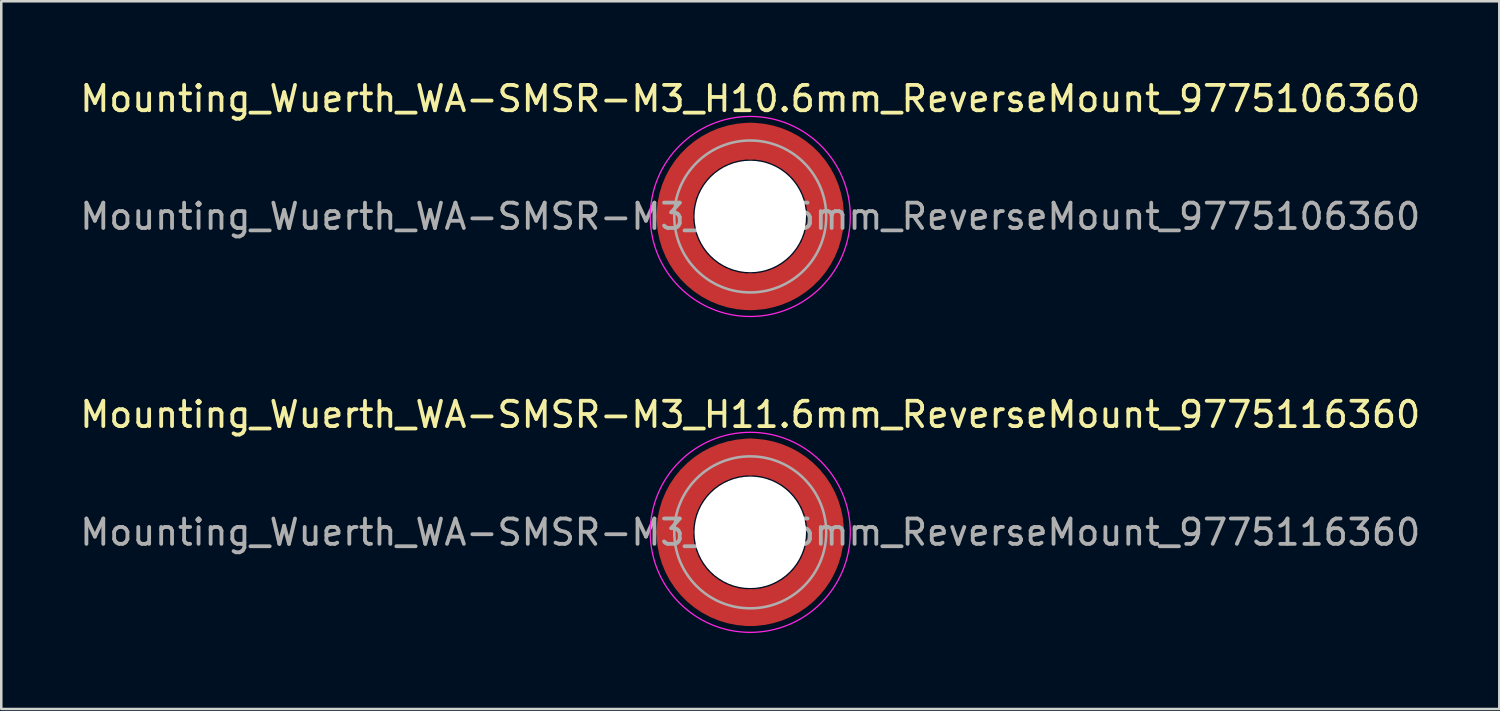
<source format=kicad_pcb>
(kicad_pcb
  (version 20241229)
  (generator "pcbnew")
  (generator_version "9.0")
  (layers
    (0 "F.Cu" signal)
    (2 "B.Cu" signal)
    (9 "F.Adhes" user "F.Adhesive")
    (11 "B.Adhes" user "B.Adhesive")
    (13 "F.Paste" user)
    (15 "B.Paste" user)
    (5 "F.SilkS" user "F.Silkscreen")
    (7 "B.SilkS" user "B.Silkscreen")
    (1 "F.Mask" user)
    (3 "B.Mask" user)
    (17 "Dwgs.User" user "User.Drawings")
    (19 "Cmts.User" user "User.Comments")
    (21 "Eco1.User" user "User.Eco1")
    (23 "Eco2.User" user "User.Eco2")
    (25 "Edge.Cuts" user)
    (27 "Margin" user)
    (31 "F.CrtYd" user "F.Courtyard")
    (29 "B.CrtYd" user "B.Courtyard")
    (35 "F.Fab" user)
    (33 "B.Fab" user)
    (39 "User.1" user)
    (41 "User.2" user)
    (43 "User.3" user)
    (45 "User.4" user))
  (footprint "Mounting_Wuerth_WA-SMSR-M3_H11.6mm_ReverseMount_9775116360"
    (layer "F.Cu")
    (at 26.577 17.971)
    (property "Reference" "Mounting_Wuerth_WA-SMSR-M3_H11.6mm_ReverseMount_9775116360" (at 0 -4.65 0) (layer "F.SilkS") (effects (font (size 1 1) (thickness 0.15))))
    (attr smd)
    (fp_circle (center 0 0) (end 3.95 0) (stroke (width 0.05) (type solid)) (fill no) (layer "F.CrtYd"))
    (fp_circle (center 0 0) (end 3 0) (stroke (width 0.1) (type solid)) (fill no) (layer "F.Fab"))
    (fp_text user "${REFERENCE}" (at 0 0 0) (layer "F.Fab") (effects (font (size 1 1) (thickness 0.15))))
    (pad "" smd custom (at -2.095 -2.095) (size 0.672 0.672) (layers "F.Paste") (options (anchor circle)) (primitives (gr_arc (start -0.24231 1.594804) (mid 0.404819 0.404819) (end 1.594804 -0.24231) (width 0.2)) (gr_arc (start -0.3398 1.594804) (mid 0.337349 0.337349) (end 1.594804 -0.3398) (width 0.2)) (gr_arc (start -0.437132 1.594804) (mid 0.269879 0.269879) (end 1.594804 -0.437132) (width 0.2)) (gr_arc (start -0.534324 1.594804) (mid 0.202409 0.202409) (end 1.594804 -0.534324) (width 0.2)) (gr_arc (start -0.631391 1.594804) (mid 0.134939 0.134939) (end 1.594804 -0.631391) (width 0.2)) (gr_arc (start -0.728345 1.594804) (mid 0.06747 0.06747) (end 1.594804 -0.728345) (width 0.2)) (gr_arc (start -0.825197 1.594804) (mid 0 0) (end 1.594804 -0.825197) (width 0.2)) (gr_arc (start -0.921958 1.594804) (mid -0.067469 -0.067469) (end 1.594804 -0.921958) (width 0.2)) (gr_arc (start -1.018637 1.594804) (mid -0.13494 -0.13494) (end 1.594804 -1.018637) (width 0.2)) (gr_arc (start -1.115239 1.594804) (mid -0.202409 -0.202409) (end 1.594804 -1.115239) (width 0.2)) (gr_arc (start -1.211773 1.594804) (mid -0.269879 -0.269879) (end 1.594804 -1.211773) (width 0.2)) (gr_arc (start -1.308244 1.594804) (mid -0.337349 -0.337349) (end 1.594804 -1.308244) (width 0.2)) (gr_arc (start -1.404657 1.594804) (mid -0.404819 -0.404819) (end 1.594804 -1.404657) (width 0.2)) (gr_arc (start -1.404657 1.594804) (mid -0.404819 -0.404819) (end 1.594804 -1.404657) (width 0.2)) (gr_line (start 1.595 -0.242) (end 1.595 -1.405) (width 0.2)) (gr_line (start -0.242 1.595) (end -1.405 1.595) (width 0.2))))
    (pad "" smd custom (at -2.095 2.095) (size 0.672 0.672) (layers "F.Paste") (options (anchor circle)) (primitives (gr_arc (start 1.594804 0.24231) (mid 0.404819 -0.404819) (end -0.24231 -1.594804) (width 0.2)) (gr_arc (start 1.594804 0.3398) (mid 0.337349 -0.337349) (end -0.3398 -1.594804) (width 0.2)) (gr_arc (start 1.594804 0.437132) (mid 0.269879 -0.269879) (end -0.437132 -1.594804) (width 0.2)) (gr_arc (start 1.594804 0.534324) (mid 0.202409 -0.202409) (end -0.534324 -1.594804) (width 0.2)) (gr_arc (start 1.594804 0.631391) (mid 0.134939 -0.134939) (end -0.631391 -1.594804) (width 0.2)) (gr_arc (start 1.594804 0.728345) (mid 0.06747 -0.06747) (end -0.728345 -1.594804) (width 0.2)) (gr_arc (start 1.594804 0.825197) (mid 0 0) (end -0.825197 -1.594804) (width 0.2)) (gr_arc (start 1.594804 0.921958) (mid -0.067469 0.067469) (end -0.921958 -1.594804) (width 0.2)) (gr_arc (start 1.594804 1.018637) (mid -0.13494 0.13494) (end -1.018637 -1.594804) (width 0.2)) (gr_arc (start 1.594804 1.115239) (mid -0.202409 0.202409) (end -1.115239 -1.594804) (width 0.2)) (gr_arc (start 1.594804 1.211773) (mid -0.269879 0.269879) (end -1.211773 -1.594804) (width 0.2)) (gr_arc (start 1.594804 1.308244) (mid -0.337349 0.337349) (end -1.308244 -1.594804) (width 0.2)) (gr_arc (start 1.594804 1.404657) (mid -0.404819 0.404819) (end -1.404657 -1.594804) (width 0.2)) (gr_arc (start 1.594804 1.404657) (mid -0.404819 0.404819) (end -1.404657 -1.594804) (width 0.2)) (gr_line (start -0.242 -1.595) (end -1.405 -1.595) (width 0.2)) (gr_line (start 1.595 0.242) (end 1.595 1.405) (width 0.2))))
    (pad "" np_thru_hole circle (at 0 0) (size 4.4 4.4) (drill 4.4) (layers "*.Cu" "*.Mask"))
    (pad "" smd custom (at 2.095 -2.095) (size 0.672 0.672) (layers "F.Paste") (options (anchor circle)) (primitives (gr_arc (start -1.594804 -0.24231) (mid -0.404819 0.404819) (end 0.24231 1.594804) (width 0.2)) (gr_arc (start -1.594804 -0.3398) (mid -0.337349 0.337349) (end 0.3398 1.594804) (width 0.2)) (gr_arc (start -1.594804 -0.437132) (mid -0.269879 0.269879) (end 0.437132 1.594804) (width 0.2)) (gr_arc (start -1.594804 -0.534324) (mid -0.202409 0.202409) (end 0.534324 1.594804) (width 0.2)) (gr_arc (start -1.594804 -0.631391) (mid -0.134939 0.134939) (end 0.631391 1.594804) (width 0.2)) (gr_arc (start -1.594804 -0.728345) (mid -0.06747 0.06747) (end 0.728345 1.594804) (width 0.2)) (gr_arc (start -1.594804 -0.825197) (mid 0 0) (end 0.825197 1.594804) (width 0.2)) (gr_arc (start -1.594804 -0.921958) (mid 0.067469 -0.067469) (end 0.921958 1.594804) (width 0.2)) (gr_arc (start -1.594804 -1.018637) (mid 0.13494 -0.13494) (end 1.018637 1.594804) (width 0.2)) (gr_arc (start -1.594804 -1.115239) (mid 0.202409 -0.202409) (end 1.115239 1.594804) (width 0.2)) (gr_arc (start -1.594804 -1.211773) (mid 0.269879 -0.269879) (end 1.211773 1.594804) (width 0.2)) (gr_arc (start -1.594804 -1.308244) (mid 0.337349 -0.337349) (end 1.308244 1.594804) (width 0.2)) (gr_arc (start -1.594804 -1.404657) (mid 0.404819 -0.404819) (end 1.404657 1.594804) (width 0.2)) (gr_arc (start -1.594804 -1.404657) (mid 0.404819 -0.404819) (end 1.404657 1.594804) (width 0.2)) (gr_line (start 0.242 1.595) (end 1.405 1.595) (width 0.2)) (gr_line (start -1.595 -0.242) (end -1.595 -1.405) (width 0.2))))
    (pad "" smd custom (at 2.095 2.095) (size 0.672 0.672) (layers "F.Paste") (options (anchor circle)) (primitives (gr_arc (start 0.24231 -1.594804) (mid -0.404819 -0.404819) (end -1.594804 0.24231) (width 0.2)) (gr_arc (start 0.3398 -1.594804) (mid -0.337349 -0.337349) (end -1.594804 0.3398) (width 0.2)) (gr_arc (start 0.437132 -1.594804) (mid -0.269879 -0.269879) (end -1.594804 0.437132) (width 0.2)) (gr_arc (start 0.534324 -1.594804) (mid -0.202409 -0.202409) (end -1.594804 0.534324) (width 0.2)) (gr_arc (start 0.631391 -1.594804) (mid -0.134939 -0.134939) (end -1.594804 0.631391) (width 0.2)) (gr_arc (start 0.728345 -1.594804) (mid -0.06747 -0.06747) (end -1.594804 0.728345) (width 0.2)) (gr_arc (start 0.825197 -1.594804) (mid 0 0) (end -1.594804 0.825197) (width 0.2)) (gr_arc (start 0.921958 -1.594804) (mid 0.067469 0.067469) (end -1.594804 0.921958) (width 0.2)) (gr_arc (start 1.018637 -1.594804) (mid 0.13494 0.13494) (end -1.594804 1.018637) (width 0.2)) (gr_arc (start 1.115239 -1.594804) (mid 0.202409 0.202409) (end -1.594804 1.115239) (width 0.2)) (gr_arc (start 1.211773 -1.594804) (mid 0.269879 0.269879) (end -1.594804 1.211773) (width 0.2)) (gr_arc (start 1.308244 -1.594804) (mid 0.337349 0.337349) (end -1.594804 1.308244) (width 0.2)) (gr_arc (start 1.404657 -1.594804) (mid 0.404819 0.404819) (end -1.594804 1.404657) (width 0.2)) (gr_arc (start 1.404657 -1.594804) (mid 0.404819 0.404819) (end -1.594804 1.404657) (width 0.2)) (gr_line (start -1.595 0.242) (end -1.595 1.405) (width 0.2)) (gr_line (start 0.242 -1.595) (end 1.405 -1.595) (width 0.2))))
    (pad "1" smd circle (at -2.975 0) (size 1.45 1.45) (layers "F.Cu"))
    (pad "1" smd circle (at 0 -2.975) (size 1.45 1.45) (layers "F.Cu"))
    (pad "1" smd circle (at 0 2.975) (size 1.45 1.45) (layers "F.Cu"))
    (pad "1" smd custom (at 2.975 0) (size 1.45 1.45) (layers "F.Cu" "F.Mask") (options (anchor circle)) (primitives (gr_circle (center -2.975 0) (end 0 0) (width 1.45) (fill no)))))
  (footprint "Mounting_Wuerth_WA-SMSR-M3_H10.6mm_ReverseMount_9775106360"
    (layer "F.Cu")
    (at 26.577 5.498)
    (property "Reference" "Mounting_Wuerth_WA-SMSR-M3_H10.6mm_ReverseMount_9775106360" (at 0 -4.65 0) (layer "F.SilkS") (effects (font (size 1 1) (thickness 0.15))))
    (attr smd)
    (fp_circle (center 0 0) (end 3.95 0) (stroke (width 0.05) (type solid)) (fill no) (layer "F.CrtYd"))
    (fp_circle (center 0 0) (end 3 0) (stroke (width 0.1) (type solid)) (fill no) (layer "F.Fab"))
    (fp_text user "${REFERENCE}" (at 0 0 0) (layer "F.Fab") (effects (font (size 1 1) (thickness 0.15))))
    (pad "" smd custom (at -2.095 -2.095) (size 0.672 0.672) (layers "F.Paste") (options (anchor circle)) (primitives (gr_arc (start -0.24231 1.594804) (mid 0.404819 0.404819) (end 1.594804 -0.24231) (width 0.2)) (gr_arc (start -0.3398 1.594804) (mid 0.337349 0.337349) (end 1.594804 -0.3398) (width 0.2)) (gr_arc (start -0.437132 1.594804) (mid 0.269879 0.269879) (end 1.594804 -0.437132) (width 0.2)) (gr_arc (start -0.534324 1.594804) (mid 0.202409 0.202409) (end 1.594804 -0.534324) (width 0.2)) (gr_arc (start -0.631391 1.594804) (mid 0.134939 0.134939) (end 1.594804 -0.631391) (width 0.2)) (gr_arc (start -0.728345 1.594804) (mid 0.06747 0.06747) (end 1.594804 -0.728345) (width 0.2)) (gr_arc (start -0.825197 1.594804) (mid 0 0) (end 1.594804 -0.825197) (width 0.2)) (gr_arc (start -0.921958 1.594804) (mid -0.067469 -0.067469) (end 1.594804 -0.921958) (width 0.2)) (gr_arc (start -1.018637 1.594804) (mid -0.13494 -0.13494) (end 1.594804 -1.018637) (width 0.2)) (gr_arc (start -1.115239 1.594804) (mid -0.202409 -0.202409) (end 1.594804 -1.115239) (width 0.2)) (gr_arc (start -1.211773 1.594804) (mid -0.269879 -0.269879) (end 1.594804 -1.211773) (width 0.2)) (gr_arc (start -1.308244 1.594804) (mid -0.337349 -0.337349) (end 1.594804 -1.308244) (width 0.2)) (gr_arc (start -1.404657 1.594804) (mid -0.404819 -0.404819) (end 1.594804 -1.404657) (width 0.2)) (gr_arc (start -1.404657 1.594804) (mid -0.404819 -0.404819) (end 1.594804 -1.404657) (width 0.2)) (gr_line (start 1.595 -0.242) (end 1.595 -1.405) (width 0.2)) (gr_line (start -0.242 1.595) (end -1.405 1.595) (width 0.2))))
    (pad "" smd custom (at -2.095 2.095) (size 0.672 0.672) (layers "F.Paste") (options (anchor circle)) (primitives (gr_arc (start 1.594804 0.24231) (mid 0.404819 -0.404819) (end -0.24231 -1.594804) (width 0.2)) (gr_arc (start 1.594804 0.3398) (mid 0.337349 -0.337349) (end -0.3398 -1.594804) (width 0.2)) (gr_arc (start 1.594804 0.437132) (mid 0.269879 -0.269879) (end -0.437132 -1.594804) (width 0.2)) (gr_arc (start 1.594804 0.534324) (mid 0.202409 -0.202409) (end -0.534324 -1.594804) (width 0.2)) (gr_arc (start 1.594804 0.631391) (mid 0.134939 -0.134939) (end -0.631391 -1.594804) (width 0.2)) (gr_arc (start 1.594804 0.728345) (mid 0.06747 -0.06747) (end -0.728345 -1.594804) (width 0.2)) (gr_arc (start 1.594804 0.825197) (mid 0 0) (end -0.825197 -1.594804) (width 0.2)) (gr_arc (start 1.594804 0.921958) (mid -0.067469 0.067469) (end -0.921958 -1.594804) (width 0.2)) (gr_arc (start 1.594804 1.018637) (mid -0.13494 0.13494) (end -1.018637 -1.594804) (width 0.2)) (gr_arc (start 1.594804 1.115239) (mid -0.202409 0.202409) (end -1.115239 -1.594804) (width 0.2)) (gr_arc (start 1.594804 1.211773) (mid -0.269879 0.269879) (end -1.211773 -1.594804) (width 0.2)) (gr_arc (start 1.594804 1.308244) (mid -0.337349 0.337349) (end -1.308244 -1.594804) (width 0.2)) (gr_arc (start 1.594804 1.404657) (mid -0.404819 0.404819) (end -1.404657 -1.594804) (width 0.2)) (gr_arc (start 1.594804 1.404657) (mid -0.404819 0.404819) (end -1.404657 -1.594804) (width 0.2)) (gr_line (start -0.242 -1.595) (end -1.405 -1.595) (width 0.2)) (gr_line (start 1.595 0.242) (end 1.595 1.405) (width 0.2))))
    (pad "" np_thru_hole circle (at 0 0) (size 4.4 4.4) (drill 4.4) (layers "*.Cu" "*.Mask"))
    (pad "" smd custom (at 2.095 -2.095) (size 0.672 0.672) (layers "F.Paste") (options (anchor circle)) (primitives (gr_arc (start -1.594804 -0.24231) (mid -0.404819 0.404819) (end 0.24231 1.594804) (width 0.2)) (gr_arc (start -1.594804 -0.3398) (mid -0.337349 0.337349) (end 0.3398 1.594804) (width 0.2)) (gr_arc (start -1.594804 -0.437132) (mid -0.269879 0.269879) (end 0.437132 1.594804) (width 0.2)) (gr_arc (start -1.594804 -0.534324) (mid -0.202409 0.202409) (end 0.534324 1.594804) (width 0.2)) (gr_arc (start -1.594804 -0.631391) (mid -0.134939 0.134939) (end 0.631391 1.594804) (width 0.2)) (gr_arc (start -1.594804 -0.728345) (mid -0.06747 0.06747) (end 0.728345 1.594804) (width 0.2)) (gr_arc (start -1.594804 -0.825197) (mid 0 0) (end 0.825197 1.594804) (width 0.2)) (gr_arc (start -1.594804 -0.921958) (mid 0.067469 -0.067469) (end 0.921958 1.594804) (width 0.2)) (gr_arc (start -1.594804 -1.018637) (mid 0.13494 -0.13494) (end 1.018637 1.594804) (width 0.2)) (gr_arc (start -1.594804 -1.115239) (mid 0.202409 -0.202409) (end 1.115239 1.594804) (width 0.2)) (gr_arc (start -1.594804 -1.211773) (mid 0.269879 -0.269879) (end 1.211773 1.594804) (width 0.2)) (gr_arc (start -1.594804 -1.308244) (mid 0.337349 -0.337349) (end 1.308244 1.594804) (width 0.2)) (gr_arc (start -1.594804 -1.404657) (mid 0.404819 -0.404819) (end 1.404657 1.594804) (width 0.2)) (gr_arc (start -1.594804 -1.404657) (mid 0.404819 -0.404819) (end 1.404657 1.594804) (width 0.2)) (gr_line (start 0.242 1.595) (end 1.405 1.595) (width 0.2)) (gr_line (start -1.595 -0.242) (end -1.595 -1.405) (width 0.2))))
    (pad "" smd custom (at 2.095 2.095) (size 0.672 0.672) (layers "F.Paste") (options (anchor circle)) (primitives (gr_arc (start 0.24231 -1.594804) (mid -0.404819 -0.404819) (end -1.594804 0.24231) (width 0.2)) (gr_arc (start 0.3398 -1.594804) (mid -0.337349 -0.337349) (end -1.594804 0.3398) (width 0.2)) (gr_arc (start 0.437132 -1.594804) (mid -0.269879 -0.269879) (end -1.594804 0.437132) (width 0.2)) (gr_arc (start 0.534324 -1.594804) (mid -0.202409 -0.202409) (end -1.594804 0.534324) (width 0.2)) (gr_arc (start 0.631391 -1.594804) (mid -0.134939 -0.134939) (end -1.594804 0.631391) (width 0.2)) (gr_arc (start 0.728345 -1.594804) (mid -0.06747 -0.06747) (end -1.594804 0.728345) (width 0.2)) (gr_arc (start 0.825197 -1.594804) (mid 0 0) (end -1.594804 0.825197) (width 0.2)) (gr_arc (start 0.921958 -1.594804) (mid 0.067469 0.067469) (end -1.594804 0.921958) (width 0.2)) (gr_arc (start 1.018637 -1.594804) (mid 0.13494 0.13494) (end -1.594804 1.018637) (width 0.2)) (gr_arc (start 1.115239 -1.594804) (mid 0.202409 0.202409) (end -1.594804 1.115239) (width 0.2)) (gr_arc (start 1.211773 -1.594804) (mid 0.269879 0.269879) (end -1.594804 1.211773) (width 0.2)) (gr_arc (start 1.308244 -1.594804) (mid 0.337349 0.337349) (end -1.594804 1.308244) (width 0.2)) (gr_arc (start 1.404657 -1.594804) (mid 0.404819 0.404819) (end -1.594804 1.404657) (width 0.2)) (gr_arc (start 1.404657 -1.594804) (mid 0.404819 0.404819) (end -1.594804 1.404657) (width 0.2)) (gr_line (start -1.595 0.242) (end -1.595 1.405) (width 0.2)) (gr_line (start 0.242 -1.595) (end 1.405 -1.595) (width 0.2))))
    (pad "1" smd circle (at -2.975 0) (size 1.45 1.45) (layers "F.Cu"))
    (pad "1" smd circle (at 0 -2.975) (size 1.45 1.45) (layers "F.Cu"))
    (pad "1" smd circle (at 0 2.975) (size 1.45 1.45) (layers "F.Cu"))
    (pad "1" smd custom (at 2.975 0) (size 1.45 1.45) (layers "F.Cu" "F.Mask") (options (anchor circle)) (primitives (gr_circle (center -2.975 0) (end 0 0) (width 1.45) (fill no)))))
  (gr_rect
    (start -3 -3)
    (end 56.155 24.947)
    (stroke (width 0.1) (type default))
    (fill no)
    (layer "Edge.Cuts")))
</source>
